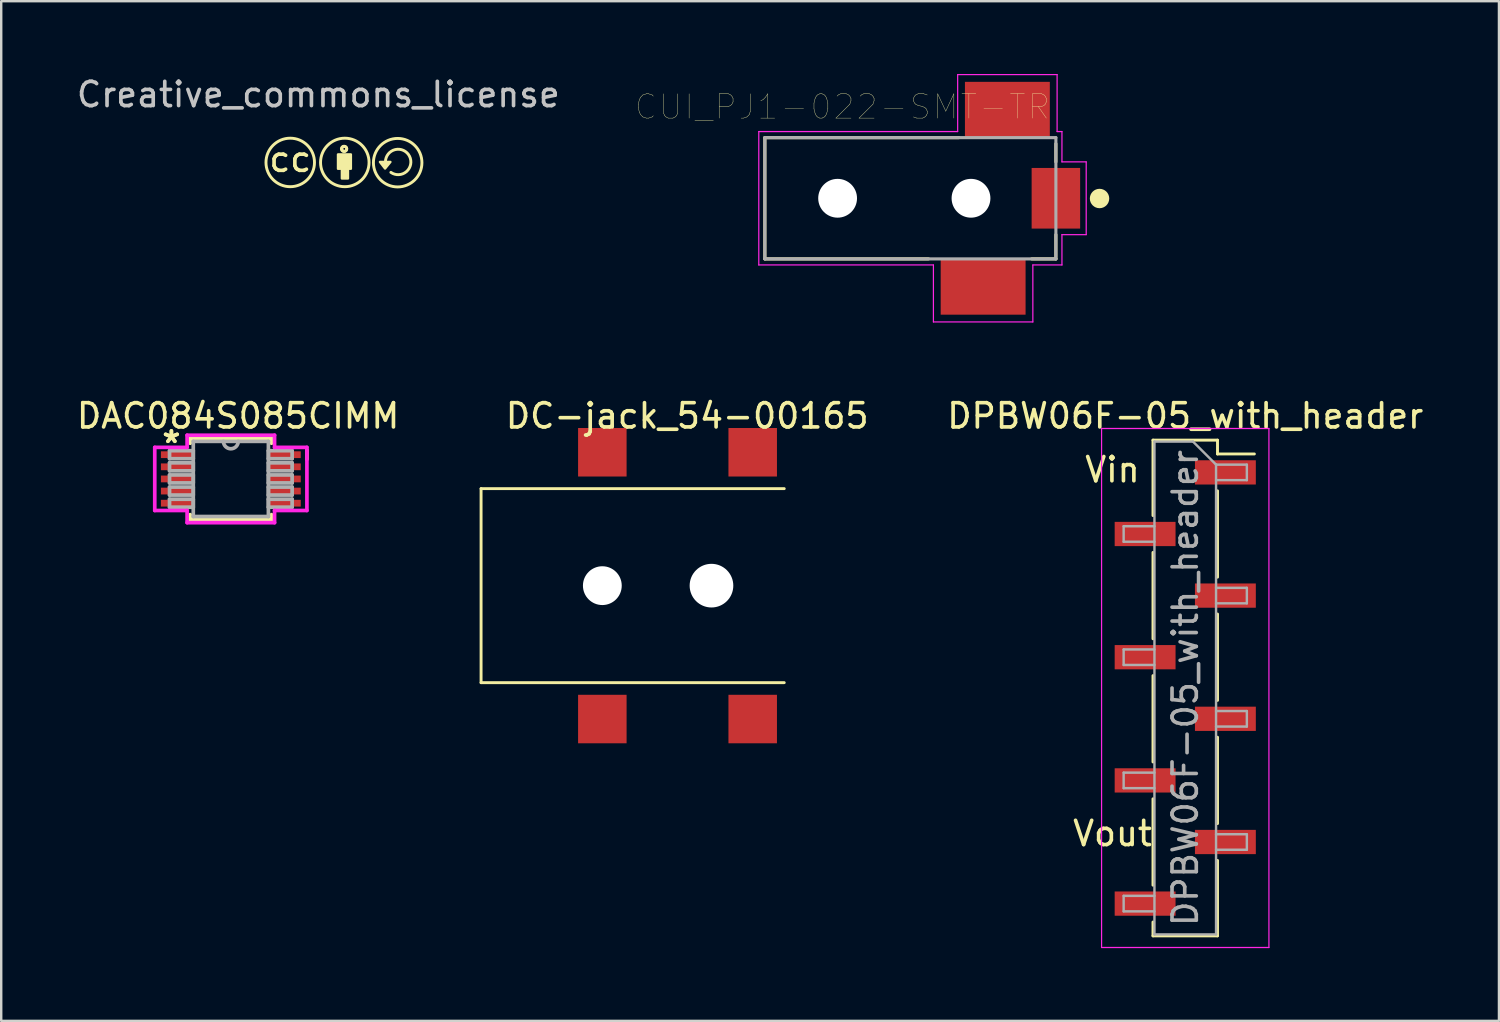
<source format=kicad_pcb>
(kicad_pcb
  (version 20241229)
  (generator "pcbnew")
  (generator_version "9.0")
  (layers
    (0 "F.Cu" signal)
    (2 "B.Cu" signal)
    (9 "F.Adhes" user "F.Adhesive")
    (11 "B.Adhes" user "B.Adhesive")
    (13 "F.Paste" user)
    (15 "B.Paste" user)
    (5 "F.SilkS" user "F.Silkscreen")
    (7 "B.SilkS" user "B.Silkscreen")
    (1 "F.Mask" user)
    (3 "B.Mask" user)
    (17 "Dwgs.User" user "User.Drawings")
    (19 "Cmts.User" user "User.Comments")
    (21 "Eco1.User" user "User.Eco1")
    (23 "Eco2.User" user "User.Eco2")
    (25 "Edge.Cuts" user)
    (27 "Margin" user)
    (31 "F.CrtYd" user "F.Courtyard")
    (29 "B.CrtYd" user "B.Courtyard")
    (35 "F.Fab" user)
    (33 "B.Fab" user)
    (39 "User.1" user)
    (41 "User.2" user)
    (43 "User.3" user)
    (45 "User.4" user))
  (footprint "DAC084S085CIMM"
    (layer "F.Cu")
    (at 6.468 16.698)
    (property "Reference" "DAC084S085CIMM" (at 0.3 -2.6 0) (layer "F.SilkS") (effects (font (size 1 1) (thickness 0.15))))
    (attr through_hole)
    (fp_line (start -1.676 -1.676) (end -1.676 -1.472) (stroke (width 0.152) (type solid)) (layer "F.SilkS"))
    (fp_line (start -1.676 1.472) (end -1.676 1.676) (stroke (width 0.152) (type solid)) (layer "F.SilkS"))
    (fp_line (start -1.676 1.676) (end 1.676 1.676) (stroke (width 0.152) (type solid)) (layer "F.SilkS"))
    (fp_line (start 1.676 -1.676) (end -1.676 -1.676) (stroke (width 0.152) (type solid)) (layer "F.SilkS"))
    (fp_line (start 1.676 -1.472) (end 1.676 -1.676) (stroke (width 0.152) (type solid)) (layer "F.SilkS"))
    (fp_line (start 1.676 1.676) (end 1.676 1.472) (stroke (width 0.152) (type solid)) (layer "F.SilkS"))
    (fp_line (start 3.137 -0.81) (end 3.137 -1.191) (stroke (width 0.152) (type solid)) (layer "F.SilkS"))
    (fp_line (start -3.137 -1.301) (end -1.803 -1.301) (stroke (width 0.152) (type solid)) (layer "F.CrtYd"))
    (fp_line (start -3.137 1.301) (end -3.137 -1.301) (stroke (width 0.152) (type solid)) (layer "F.CrtYd"))
    (fp_line (start -1.803 -1.803) (end 1.803 -1.803) (stroke (width 0.152) (type solid)) (layer "F.CrtYd"))
    (fp_line (start -1.803 -1.301) (end -1.803 -1.803) (stroke (width 0.152) (type solid)) (layer "F.CrtYd"))
    (fp_line (start -1.803 1.301) (end -3.137 1.301) (stroke (width 0.152) (type solid)) (layer "F.CrtYd"))
    (fp_line (start -1.803 1.803) (end -1.803 1.301) (stroke (width 0.152) (type solid)) (layer "F.CrtYd"))
    (fp_line (start 1.803 -1.803) (end 1.803 -1.301) (stroke (width 0.152) (type solid)) (layer "F.CrtYd"))
    (fp_line (start 1.803 -1.301) (end 3.137 -1.301) (stroke (width 0.152) (type solid)) (layer "F.CrtYd"))
    (fp_line (start 1.803 1.301) (end 1.803 1.803) (stroke (width 0.152) (type solid)) (layer "F.CrtYd"))
    (fp_line (start 1.803 1.803) (end -1.803 1.803) (stroke (width 0.152) (type solid)) (layer "F.CrtYd"))
    (fp_line (start 3.137 -1.301) (end 3.137 1.301) (stroke (width 0.152) (type solid)) (layer "F.CrtYd"))
    (fp_line (start 3.137 1.301) (end 1.803 1.301) (stroke (width 0.152) (type solid)) (layer "F.CrtYd"))
    (fp_line (start -2.527 -1.165) (end -2.527 -0.835) (stroke (width 0.152) (type solid)) (layer "F.Fab"))
    (fp_line (start -2.527 -0.835) (end -1.549 -0.835) (stroke (width 0.152) (type solid)) (layer "F.Fab"))
    (fp_line (start -2.527 -0.665) (end -2.527 -0.335) (stroke (width 0.152) (type solid)) (layer "F.Fab"))
    (fp_line (start -2.527 -0.335) (end -1.549 -0.335) (stroke (width 0.152) (type solid)) (layer "F.Fab"))
    (fp_line (start -2.527 -0.165) (end -2.527 0.165) (stroke (width 0.152) (type solid)) (layer "F.Fab"))
    (fp_line (start -2.527 0.165) (end -1.549 0.165) (stroke (width 0.152) (type solid)) (layer "F.Fab"))
    (fp_line (start -2.527 0.335) (end -2.527 0.665) (stroke (width 0.152) (type solid)) (layer "F.Fab"))
    (fp_line (start -2.527 0.665) (end -1.549 0.665) (stroke (width 0.152) (type solid)) (layer "F.Fab"))
    (fp_line (start -2.527 0.835) (end -2.527 1.165) (stroke (width 0.152) (type solid)) (layer "F.Fab"))
    (fp_line (start -2.527 1.165) (end -1.549 1.165) (stroke (width 0.152) (type solid)) (layer "F.Fab"))
    (fp_line (start -1.549 -1.549) (end -1.549 1.549) (stroke (width 0.152) (type solid)) (layer "F.Fab"))
    (fp_line (start -1.549 -1.165) (end -2.527 -1.165) (stroke (width 0.152) (type solid)) (layer "F.Fab"))
    (fp_line (start -1.549 -0.835) (end -1.549 -1.165) (stroke (width 0.152) (type solid)) (layer "F.Fab"))
    (fp_line (start -1.549 -0.665) (end -2.527 -0.665) (stroke (width 0.152) (type solid)) (layer "F.Fab"))
    (fp_line (start -1.549 -0.335) (end -1.549 -0.665) (stroke (width 0.152) (type solid)) (layer "F.Fab"))
    (fp_line (start -1.549 -0.165) (end -2.527 -0.165) (stroke (width 0.152) (type solid)) (layer "F.Fab"))
    (fp_line (start -1.549 0.165) (end -1.549 -0.165) (stroke (width 0.152) (type solid)) (layer "F.Fab"))
    (fp_line (start -1.549 0.335) (end -2.527 0.335) (stroke (width 0.152) (type solid)) (layer "F.Fab"))
    (fp_line (start -1.549 0.665) (end -1.549 0.335) (stroke (width 0.152) (type solid)) (layer "F.Fab"))
    (fp_line (start -1.549 0.835) (end -2.527 0.835) (stroke (width 0.152) (type solid)) (layer "F.Fab"))
    (fp_line (start -1.549 1.165) (end -1.549 0.835) (stroke (width 0.152) (type solid)) (layer "F.Fab"))
    (fp_line (start -1.549 1.549) (end 1.549 1.549) (stroke (width 0.152) (type solid)) (layer "F.Fab"))
    (fp_line (start 1.549 -1.549) (end -1.549 -1.549) (stroke (width 0.152) (type solid)) (layer "F.Fab"))
    (fp_line (start 1.549 -1.165) (end 1.549 -0.835) (stroke (width 0.152) (type solid)) (layer "F.Fab"))
    (fp_line (start 1.549 -0.835) (end 2.527 -0.835) (stroke (width 0.152) (type solid)) (layer "F.Fab"))
    (fp_line (start 1.549 -0.665) (end 1.549 -0.335) (stroke (width 0.152) (type solid)) (layer "F.Fab"))
    (fp_line (start 1.549 -0.335) (end 2.527 -0.335) (stroke (width 0.152) (type solid)) (layer "F.Fab"))
    (fp_line (start 1.549 -0.165) (end 1.549 0.165) (stroke (width 0.152) (type solid)) (layer "F.Fab"))
    (fp_line (start 1.549 0.165) (end 2.527 0.165) (stroke (width 0.152) (type solid)) (layer "F.Fab"))
    (fp_line (start 1.549 0.335) (end 1.549 0.665) (stroke (width 0.152) (type solid)) (layer "F.Fab"))
    (fp_line (start 1.549 0.665) (end 2.527 0.665) (stroke (width 0.152) (type solid)) (layer "F.Fab"))
    (fp_line (start 1.549 0.835) (end 1.549 1.165) (stroke (width 0.152) (type solid)) (layer "F.Fab"))
    (fp_line (start 1.549 1.165) (end 2.527 1.165) (stroke (width 0.152) (type solid)) (layer "F.Fab"))
    (fp_line (start 1.549 1.549) (end 1.549 -1.549) (stroke (width 0.152) (type solid)) (layer "F.Fab"))
    (fp_line (start 2.527 -1.165) (end 1.549 -1.165) (stroke (width 0.152) (type solid)) (layer "F.Fab"))
    (fp_line (start 2.527 -0.835) (end 2.527 -1.165) (stroke (width 0.152) (type solid)) (layer "F.Fab"))
    (fp_line (start 2.527 -0.665) (end 1.549 -0.665) (stroke (width 0.152) (type solid)) (layer "F.Fab"))
    (fp_line (start 2.527 -0.335) (end 2.527 -0.665) (stroke (width 0.152) (type solid)) (layer "F.Fab"))
    (fp_line (start 2.527 -0.165) (end 1.549 -0.165) (stroke (width 0.152) (type solid)) (layer "F.Fab"))
    (fp_line (start 2.527 0.165) (end 2.527 -0.165) (stroke (width 0.152) (type solid)) (layer "F.Fab"))
    (fp_line (start 2.527 0.335) (end 1.549 0.335) (stroke (width 0.152) (type solid)) (layer "F.Fab"))
    (fp_line (start 2.527 0.665) (end 2.527 0.335) (stroke (width 0.152) (type solid)) (layer "F.Fab"))
    (fp_line (start 2.527 0.835) (end 1.549 0.835) (stroke (width 0.152) (type solid)) (layer "F.Fab"))
    (fp_line (start 2.527 1.165) (end 2.527 0.835) (stroke (width 0.152) (type solid)) (layer "F.Fab"))
    (fp_arc (start 0.3048 -1.5494) (mid 0 -1.2446) (end -0.3048 -1.5494) (stroke (width 0.1524) (type solid)) (layer "F.Fab"))
    (fp_text user "*" (at -2.451 -1.437 0) (layer "F.SilkS") (effects (font (size 1 1) (thickness 0.15))))
    (fp_text user "*" (at -2.451 -1.437 0) (layer "F.SilkS") (effects (font (size 1 1) (thickness 0.15))))
    (pad "1" smd rect (at -2.197 -1) (size 1.372 0.279) (layers "F.Cu" "F.Mask" "F.Paste"))
    (pad "2" smd rect (at -2.197 -0.5) (size 1.372 0.279) (layers "F.Cu" "F.Mask" "F.Paste"))
    (pad "3" smd rect (at -2.197 0) (size 1.372 0.279) (layers "F.Cu" "F.Mask" "F.Paste"))
    (pad "4" smd rect (at -2.197 0.5) (size 1.372 0.279) (layers "F.Cu" "F.Mask" "F.Paste"))
    (pad "5" smd rect (at -2.197 1) (size 1.372 0.279) (layers "F.Cu" "F.Mask" "F.Paste"))
    (pad "6" smd rect (at 2.197 1) (size 1.372 0.279) (layers "F.Cu" "F.Mask" "F.Paste"))
    (pad "7" smd rect (at 2.197 0.5) (size 1.372 0.279) (layers "F.Cu" "F.Mask" "F.Paste"))
    (pad "8" smd rect (at 2.197 0) (size 1.372 0.279) (layers "F.Cu" "F.Mask" "F.Paste"))
    (pad "9" smd rect (at 2.197 -0.5) (size 1.372 0.279) (layers "F.Cu" "F.Mask" "F.Paste"))
    (pad "10" smd rect (at 2.197 -1) (size 1.372 0.279) (layers "F.Cu" "F.Mask" "F.Paste")))
  (footprint "DPBW06F-05_with_header"
    (layer "F.Cu")
    (at 45.821 25.318)
    (property "Reference" "DPBW06F-05_with_header" (at 0 -11.22 0) (layer "F.SilkS") (effects (font (size 1 1) (thickness 0.15))))
    (attr smd)
    (fp_line (start -1.33 -10.22) (end -1.33 -7.11) (stroke (width 0.12) (type solid)) (layer "F.SilkS"))
    (fp_line (start -1.33 -10.22) (end 1.33 -10.22) (stroke (width 0.12) (type solid)) (layer "F.SilkS"))
    (fp_line (start -1.33 -5.59) (end -1.33 -2.03) (stroke (width 0.12) (type solid)) (layer "F.SilkS"))
    (fp_line (start -1.33 -0.51) (end -1.33 3.05) (stroke (width 0.12) (type solid)) (layer "F.SilkS"))
    (fp_line (start -1.33 4.57) (end -1.33 8.13) (stroke (width 0.12) (type solid)) (layer "F.SilkS"))
    (fp_line (start -1.33 9.65) (end -1.33 10.22) (stroke (width 0.12) (type solid)) (layer "F.SilkS"))
    (fp_line (start -1.33 10.22) (end 1.33 10.22) (stroke (width 0.12) (type solid)) (layer "F.SilkS"))
    (fp_line (start 1.33 -10.22) (end 1.33 -9.65) (stroke (width 0.12) (type solid)) (layer "F.SilkS"))
    (fp_line (start 1.33 -9.65) (end 2.85 -9.65) (stroke (width 0.12) (type solid)) (layer "F.SilkS"))
    (fp_line (start 1.33 -8.13) (end 1.33 -4.57) (stroke (width 0.12) (type solid)) (layer "F.SilkS"))
    (fp_line (start 1.33 -3.05) (end 1.33 0.51) (stroke (width 0.12) (type solid)) (layer "F.SilkS"))
    (fp_line (start 1.33 2.03) (end 1.33 5.59) (stroke (width 0.12) (type solid)) (layer "F.SilkS"))
    (fp_line (start 1.33 7.11) (end 1.33 10.22) (stroke (width 0.12) (type solid)) (layer "F.SilkS"))
    (fp_line (start -3.45 -10.7) (end -3.45 10.7) (stroke (width 0.05) (type solid)) (layer "F.CrtYd"))
    (fp_line (start -3.45 10.7) (end 3.45 10.7) (stroke (width 0.05) (type solid)) (layer "F.CrtYd"))
    (fp_line (start 3.45 -10.7) (end -3.45 -10.7) (stroke (width 0.05) (type solid)) (layer "F.CrtYd"))
    (fp_line (start 3.45 10.7) (end 3.45 -10.7) (stroke (width 0.05) (type solid)) (layer "F.CrtYd"))
    (fp_line (start -2.54 -6.67) (end -2.54 -6.03) (stroke (width 0.1) (type solid)) (layer "F.Fab"))
    (fp_line (start -2.54 -6.03) (end -1.27 -6.03) (stroke (width 0.1) (type solid)) (layer "F.Fab"))
    (fp_line (start -2.54 -1.59) (end -2.54 -0.95) (stroke (width 0.1) (type solid)) (layer "F.Fab"))
    (fp_line (start -2.54 -0.95) (end -1.27 -0.95) (stroke (width 0.1) (type solid)) (layer "F.Fab"))
    (fp_line (start -2.54 3.49) (end -2.54 4.13) (stroke (width 0.1) (type solid)) (layer "F.Fab"))
    (fp_line (start -2.54 4.13) (end -1.27 4.13) (stroke (width 0.1) (type solid)) (layer "F.Fab"))
    (fp_line (start -2.54 8.57) (end -2.54 9.21) (stroke (width 0.1) (type solid)) (layer "F.Fab"))
    (fp_line (start -2.54 9.21) (end -1.27 9.21) (stroke (width 0.1) (type solid)) (layer "F.Fab"))
    (fp_line (start -1.27 -10.16) (end -1.27 10.16) (stroke (width 0.1) (type solid)) (layer "F.Fab"))
    (fp_line (start -1.27 -10.16) (end 0.32 -10.16) (stroke (width 0.1) (type solid)) (layer "F.Fab"))
    (fp_line (start -1.27 -6.67) (end -2.54 -6.67) (stroke (width 0.1) (type solid)) (layer "F.Fab"))
    (fp_line (start -1.27 -1.59) (end -2.54 -1.59) (stroke (width 0.1) (type solid)) (layer "F.Fab"))
    (fp_line (start -1.27 3.49) (end -2.54 3.49) (stroke (width 0.1) (type solid)) (layer "F.Fab"))
    (fp_line (start -1.27 8.57) (end -2.54 8.57) (stroke (width 0.1) (type solid)) (layer "F.Fab"))
    (fp_line (start 1.27 -9.21) (end 0.32 -10.16) (stroke (width 0.1) (type solid)) (layer "F.Fab"))
    (fp_line (start 1.27 -9.21) (end 2.54 -9.21) (stroke (width 0.1) (type solid)) (layer "F.Fab"))
    (fp_line (start 1.27 -4.13) (end 2.54 -4.13) (stroke (width 0.1) (type solid)) (layer "F.Fab"))
    (fp_line (start 1.27 0.95) (end 2.54 0.95) (stroke (width 0.1) (type solid)) (layer "F.Fab"))
    (fp_line (start 1.27 6.03) (end 2.54 6.03) (stroke (width 0.1) (type solid)) (layer "F.Fab"))
    (fp_line (start 1.27 10.16) (end -1.27 10.16) (stroke (width 0.1) (type solid)) (layer "F.Fab"))
    (fp_line (start 1.27 10.16) (end 1.27 -9.21) (stroke (width 0.1) (type solid)) (layer "F.Fab"))
    (fp_line (start 2.54 -9.21) (end 2.54 -8.57) (stroke (width 0.1) (type solid)) (layer "F.Fab"))
    (fp_line (start 2.54 -8.57) (end 1.27 -8.57) (stroke (width 0.1) (type solid)) (layer "F.Fab"))
    (fp_line (start 2.54 -4.13) (end 2.54 -3.49) (stroke (width 0.1) (type solid)) (layer "F.Fab"))
    (fp_line (start 2.54 -3.49) (end 1.27 -3.49) (stroke (width 0.1) (type solid)) (layer "F.Fab"))
    (fp_line (start 2.54 0.95) (end 2.54 1.59) (stroke (width 0.1) (type solid)) (layer "F.Fab"))
    (fp_line (start 2.54 1.59) (end 1.27 1.59) (stroke (width 0.1) (type solid)) (layer "F.Fab"))
    (fp_line (start 2.54 6.03) (end 2.54 6.67) (stroke (width 0.1) (type solid)) (layer "F.Fab"))
    (fp_line (start 2.54 6.67) (end 1.27 6.67) (stroke (width 0.1) (type solid)) (layer "F.Fab"))
    (fp_text user "Vin" (at -3 -9 0) (layer "F.SilkS") (effects (font (size 1 1) (thickness 0.15))))
    (fp_text user "Vout" (at -3 6 0) (layer "F.SilkS") (effects (font (size 1 1) (thickness 0.15))))
    (fp_text user "${REFERENCE}" (at 0 0 90) (layer "F.Fab") (effects (font (size 1 1) (thickness 0.15))))
    (pad "1" smd rect (at 1.655 -8.89) (size 2.51 1) (layers "F.Cu" "F.Mask" "F.Paste"))
    (pad "2" smd rect (at -1.655 -6.35) (size 2.51 1) (layers "F.Cu" "F.Mask" "F.Paste"))
    (pad "3" smd rect (at 1.655 -3.81) (size 2.51 1) (layers "F.Cu" "F.Mask" "F.Paste"))
    (pad "4" smd rect (at -1.655 -1.27) (size 2.51 1) (layers "F.Cu" "F.Mask" "F.Paste"))
    (pad "5" smd rect (at 1.655 1.27) (size 2.51 1) (layers "F.Cu" "F.Mask" "F.Paste"))
    (pad "6" smd rect (at -1.655 3.81) (size 2.51 1) (layers "F.Cu" "F.Mask" "F.Paste"))
    (pad "7" smd rect (at 1.655 6.35) (size 2.51 1) (layers "F.Cu" "F.Mask" "F.Paste"))
    (pad "8" smd rect (at -1.655 8.89) (size 2.51 1) (layers "F.Cu" "F.Mask" "F.Paste")))
  (footprint "DC-jack_54-00165"
    (layer "F.Cu")
    (at 16.786 21.098)
    (property "Reference" "DC-jack_54-00165" (at 8.5 -7 0) (layer "F.SilkS") (effects (font (size 1 1) (thickness 0.15))))
    (attr through_hole)
    (fp_line (start 0 -4) (end 0 4) (stroke (width 0.12) (type solid)) (layer "F.SilkS"))
    (fp_line (start 0 4) (end 12.5 4) (stroke (width 0.12) (type solid)) (layer "F.SilkS"))
    (fp_line (start 12.5 -4) (end 0 -4) (stroke (width 0.12) (type solid)) (layer "F.SilkS"))
    (pad "" np_thru_hole circle (at 5 0) (size 1.6 1.6) (drill 1.6) (layers "*.Cu" "*.Mask"))
    (pad "" np_thru_hole circle (at 9.5 0) (size 1.8 1.8) (drill 1.8) (layers "*.Cu" "*.Mask"))
    (pad "1" smd rect (at 5 -5.5) (size 2 2) (layers "F.Cu" "F.Mask" "F.Paste"))
    (pad "1" smd rect (at 11.2 -5.5) (size 2 2) (layers "F.Cu" "F.Mask" "F.Paste"))
    (pad "3" smd rect (at 5 5.5) (size 2 2) (layers "F.Cu" "F.Mask" "F.Paste"))
    (pad "3" smd rect (at 11.2 5.5) (size 2 2) (layers "F.Cu" "F.Mask" "F.Paste")))
  (footprint "Creative_commons_license"
    (layer "F.Cu")
    (at 9.917 2.518)
    (property "Reference" "Creative_commons_license" (at 0.16 -1.67 0) (layer "Dwgs.User") (effects (font (size 1 1) (thickness 0.15))))
    (attr through_hole)
    (fp_arc (start 2.925753 1.101936) (mid 3.916713 0.871088) (end 3.15 1.54) (stroke (width 0.12) (type solid)) (layer "F.SilkS"))
    (fp_circle (center -1 1.13) (end -1 2.13) (stroke (width 0.12) (type solid)) (fill no) (layer "F.SilkS"))
    (fp_circle (center 1.22 0.57) (end 1.26 0.54) (stroke (width 0.12) (type solid)) (fill no) (layer "F.SilkS"))
    (fp_circle (center 1.23 0.57) (end 1.33 0.57) (stroke (width 0.12) (type solid)) (fill no) (layer "F.SilkS"))
    (fp_circle (center 1.25 1.13) (end 1.25 2.13) (stroke (width 0.12) (type solid)) (fill no) (layer "F.SilkS"))
    (fp_circle (center 3.43 1.14) (end 3.43 2.14) (stroke (width 0.12) (type solid)) (fill no) (layer "F.SilkS"))
    (fp_poly (pts (xy 2.91 1.38) (xy 2.7 1.11) (xy 3.13 1.11)) (stroke (width 0.1) (type solid)) (fill yes) (layer "F.SilkS"))
    (fp_poly (pts (xy 1.38 1.79) (xy 1.13 1.79) (xy 1.13 1.43) (xy 1.38 1.42)) (stroke (width 0.1) (type solid)) (fill yes) (layer "F.SilkS"))
    (fp_poly (pts (xy 1.5 1.39) (xy 0.97 1.39) (xy 0.97 0.8) (xy 1.5 0.8)) (stroke (width 0.1) (type solid)) (fill yes) (layer "F.SilkS"))
    (fp_text user "cc" (at -1 1 0) (layer "F.SilkS") (effects (font (size 1 1) (thickness 0.15)))))
  (footprint "CUI_PJ1-022-SMT-TR"
    (layer "F.Cu")
    (at 34.487 5.125)
    (property "Reference" "CUI_PJ1-022-SMT-TR" (at -2.807 -3.768 0) (layer "F.SilkS") (effects (font (size 1.001 1.001) (thickness 0.015))))
    (attr through_hole)
    (fp_line (start -6 -2.5) (end -6 2.5) (stroke (width 0.127) (type solid)) (layer "F.SilkS"))
    (fp_line (start -6 2.5) (end 0.75 2.5) (stroke (width 0.127) (type solid)) (layer "F.SilkS"))
    (fp_line (start 2 -2.5) (end -6 -2.5) (stroke (width 0.127) (type solid)) (layer "F.SilkS"))
    (fp_line (start 5 2.5) (end 6 2.5) (stroke (width 0.127) (type solid)) (layer "F.SilkS"))
    (fp_line (start 6 -2.25) (end 6 -1.5) (stroke (width 0.127) (type solid)) (layer "F.SilkS"))
    (fp_line (start 6 1.5) (end 6 2.5) (stroke (width 0.127) (type solid)) (layer "F.SilkS"))
    (fp_circle (center 7.8 0.01) (end 8 0.01) (stroke (width 0.4) (type solid)) (fill no) (layer "F.SilkS"))
    (fp_line (start -6.25 -2.75) (end -6.25 2.75) (stroke (width 0.05) (type solid)) (layer "F.CrtYd"))
    (fp_line (start -6.25 2.75) (end 0.95 2.75) (stroke (width 0.05) (type solid)) (layer "F.CrtYd"))
    (fp_line (start 0.95 5.1) (end 0.95 2.75) (stroke (width 0.05) (type solid)) (layer "F.CrtYd"))
    (fp_line (start 1.95 -5.1) (end 6.05 -5.1) (stroke (width 0.05) (type solid)) (layer "F.CrtYd"))
    (fp_line (start 1.95 -2.75) (end -6.25 -2.75) (stroke (width 0.05) (type solid)) (layer "F.CrtYd"))
    (fp_line (start 1.95 -2.75) (end 1.95 -5.1) (stroke (width 0.05) (type solid)) (layer "F.CrtYd"))
    (fp_line (start 5.05 2.75) (end 5.05 5.1) (stroke (width 0.05) (type solid)) (layer "F.CrtYd"))
    (fp_line (start 5.05 2.75) (end 6.25 2.75) (stroke (width 0.05) (type solid)) (layer "F.CrtYd"))
    (fp_line (start 5.05 5.1) (end 0.95 5.1) (stroke (width 0.05) (type solid)) (layer "F.CrtYd"))
    (fp_line (start 6.05 -5.1) (end 6.05 -2.75) (stroke (width 0.05) (type solid)) (layer "F.CrtYd"))
    (fp_line (start 6.25 -2.75) (end 6.05 -2.75) (stroke (width 0.05) (type solid)) (layer "F.CrtYd"))
    (fp_line (start 6.25 -1.5) (end 6.25 -2.75) (stroke (width 0.05) (type solid)) (layer "F.CrtYd"))
    (fp_line (start 6.25 -1.5) (end 7.25 -1.5) (stroke (width 0.05) (type solid)) (layer "F.CrtYd"))
    (fp_line (start 6.25 2.75) (end 6.25 1.5) (stroke (width 0.05) (type solid)) (layer "F.CrtYd"))
    (fp_line (start 7.25 -1.5) (end 7.25 1.5) (stroke (width 0.05) (type solid)) (layer "F.CrtYd"))
    (fp_line (start 7.25 1.5) (end 6.25 1.5) (stroke (width 0.05) (type solid)) (layer "F.CrtYd"))
    (fp_line (start -6 -2.5) (end -6 2.5) (stroke (width 0.127) (type solid)) (layer "F.Fab"))
    (fp_line (start -6 2.5) (end 6 2.5) (stroke (width 0.127) (type solid)) (layer "F.Fab"))
    (fp_line (start 6 -2.5) (end -6 -2.5) (stroke (width 0.127) (type solid)) (layer "F.Fab"))
    (fp_line (start 6 2.5) (end 6 -2.5) (stroke (width 0.127) (type solid)) (layer "F.Fab"))
    (pad "" np_thru_hole circle (at -3 0) (size 1.6 1.6) (drill 1.6) (layers "*.Cu" "*.Mask"))
    (pad "" np_thru_hole circle (at 2.5 0) (size 1.6 1.6) (drill 1.6) (layers "*.Cu" "*.Mask"))
    (pad "1" smd rect (at 6 0) (size 2 2.5) (layers "F.Cu" "F.Mask" "F.Paste"))
    (pad "2" smd rect (at 3 3.65) (size 3.5 2.3) (layers "F.Cu" "F.Mask" "F.Paste"))
    (pad "3" smd rect (at 4 -3.65) (size 3.5 2.3) (layers "F.Cu" "F.Mask" "F.Paste")))
  (gr_rect
    (start -3 -3)
    (end 58.756 39.043)
    (stroke (width 0.1) (type default))
    (fill no)
    (layer "Edge.Cuts")))
</source>
